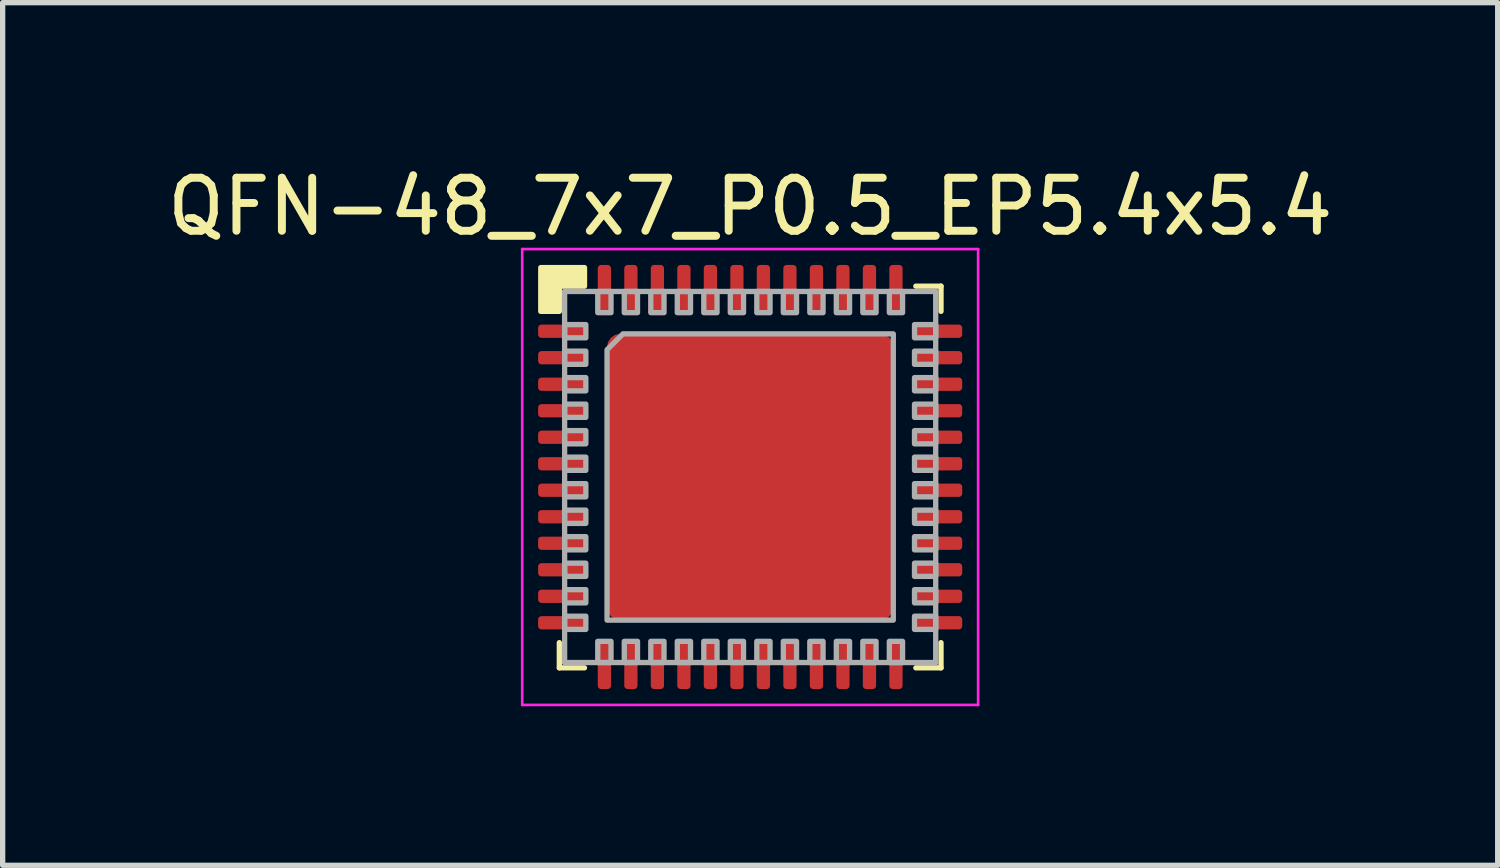
<source format=kicad_pcb>
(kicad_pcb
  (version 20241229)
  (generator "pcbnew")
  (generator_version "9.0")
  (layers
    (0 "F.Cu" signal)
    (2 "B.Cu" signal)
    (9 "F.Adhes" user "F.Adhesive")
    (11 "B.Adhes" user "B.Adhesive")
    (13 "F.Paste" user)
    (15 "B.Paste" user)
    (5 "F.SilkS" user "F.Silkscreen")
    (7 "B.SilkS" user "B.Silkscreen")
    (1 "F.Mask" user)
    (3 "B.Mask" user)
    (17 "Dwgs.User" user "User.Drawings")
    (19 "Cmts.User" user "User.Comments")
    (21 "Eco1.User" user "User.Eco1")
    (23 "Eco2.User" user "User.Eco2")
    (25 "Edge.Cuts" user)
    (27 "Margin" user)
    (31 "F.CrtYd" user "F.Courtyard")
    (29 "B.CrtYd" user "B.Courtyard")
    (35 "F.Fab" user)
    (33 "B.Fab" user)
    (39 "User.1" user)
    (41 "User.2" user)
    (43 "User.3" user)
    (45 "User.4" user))
  (footprint "QFN-48_7x7_P0.5_EP5.4x5.4"
    (layer "F.Cu")
    (at 11.101 5.948)
    (property "Reference" "QFN-48_7x7_P0.5_EP5.4x5.4" (at 0 -5.1 0) (layer "F.SilkS") (effects (font (size 1 1) (thickness 0.15))))
    (attr smd)
    (fp_line (start -3.6 3.6) (end -3.6 3.125) (stroke (width 0.1) (type solid)) (layer "F.SilkS"))
    (fp_line (start -3.125 3.6) (end -3.6 3.6) (stroke (width 0.1) (type solid)) (layer "F.SilkS"))
    (fp_line (start 3.125 -3.6) (end 3.6 -3.6) (stroke (width 0.1) (type solid)) (layer "F.SilkS"))
    (fp_line (start 3.6 -3.6) (end 3.6 -3.125) (stroke (width 0.1) (type solid)) (layer "F.SilkS"))
    (fp_line (start 3.6 3.125) (end 3.6 3.6) (stroke (width 0.1) (type solid)) (layer "F.SilkS"))
    (fp_line (start 3.6 3.6) (end 3.125 3.6) (stroke (width 0.1) (type solid)) (layer "F.SilkS"))
    (fp_poly (pts (xy -3.125 -3.6) (xy -3.6 -3.6) (xy -3.6 -3.125) (xy -3.95 -3.125) (xy -3.95 -3.95) (xy -3.125 -3.95)) (stroke (width 0.1) (type solid)) (fill yes) (layer "F.SilkS"))
    (fp_line (start -4.3 -4.3) (end -4.3 4.3) (stroke (width 0.05) (type solid)) (layer "F.CrtYd"))
    (fp_line (start -4.3 4.3) (end 4.3 4.3) (stroke (width 0.05) (type solid)) (layer "F.CrtYd"))
    (fp_line (start 4.3 -4.3) (end -4.3 -4.3) (stroke (width 0.05) (type solid)) (layer "F.CrtYd"))
    (fp_line (start 4.3 4.3) (end 4.3 -4.3) (stroke (width 0.05) (type solid)) (layer "F.CrtYd"))
    (fp_line (start -3.5 -3.5) (end 3.5 -3.5) (stroke (width 0.1) (type solid)) (layer "F.Fab"))
    (fp_line (start -3.5 3.5) (end -3.5 -3.5) (stroke (width 0.1) (type solid)) (layer "F.Fab"))
    (fp_line (start 3.5 -3.5) (end 3.5 3.5) (stroke (width 0.1) (type solid)) (layer "F.Fab"))
    (fp_line (start 3.5 3.5) (end -3.5 3.5) (stroke (width 0.1) (type solid)) (layer "F.Fab"))
    (fp_poly (pts (xy -3.1 -2.625) (xy -3.5 -2.625) (xy -3.5 -2.875) (xy -3.1 -2.875)) (stroke (width 0.1) (type solid)) (fill no) (layer "F.Fab"))
    (fp_poly (pts (xy -3.1 -2.125) (xy -3.5 -2.125) (xy -3.5 -2.375) (xy -3.1 -2.375)) (stroke (width 0.1) (type solid)) (fill no) (layer "F.Fab"))
    (fp_poly (pts (xy -3.1 -1.625) (xy -3.5 -1.625) (xy -3.5 -1.875) (xy -3.1 -1.875)) (stroke (width 0.1) (type solid)) (fill no) (layer "F.Fab"))
    (fp_poly (pts (xy -3.1 -1.125) (xy -3.5 -1.125) (xy -3.5 -1.375) (xy -3.1 -1.375)) (stroke (width 0.1) (type solid)) (fill no) (layer "F.Fab"))
    (fp_poly (pts (xy -3.1 -0.625) (xy -3.5 -0.625) (xy -3.5 -0.875) (xy -3.1 -0.875)) (stroke (width 0.1) (type solid)) (fill no) (layer "F.Fab"))
    (fp_poly (pts (xy -3.1 -0.125) (xy -3.5 -0.125) (xy -3.5 -0.375) (xy -3.1 -0.375)) (stroke (width 0.1) (type solid)) (fill no) (layer "F.Fab"))
    (fp_poly (pts (xy -3.1 0.375) (xy -3.5 0.375) (xy -3.5 0.125) (xy -3.1 0.125)) (stroke (width 0.1) (type solid)) (fill no) (layer "F.Fab"))
    (fp_poly (pts (xy -3.1 0.875) (xy -3.5 0.875) (xy -3.5 0.625) (xy -3.1 0.625)) (stroke (width 0.1) (type solid)) (fill no) (layer "F.Fab"))
    (fp_poly (pts (xy -3.1 1.375) (xy -3.5 1.375) (xy -3.5 1.125) (xy -3.1 1.125)) (stroke (width 0.1) (type solid)) (fill no) (layer "F.Fab"))
    (fp_poly (pts (xy -3.1 1.875) (xy -3.5 1.875) (xy -3.5 1.625) (xy -3.1 1.625)) (stroke (width 0.1) (type solid)) (fill no) (layer "F.Fab"))
    (fp_poly (pts (xy -3.1 2.375) (xy -3.5 2.375) (xy -3.5 2.125) (xy -3.1 2.125)) (stroke (width 0.1) (type solid)) (fill no) (layer "F.Fab"))
    (fp_poly (pts (xy -3.1 2.875) (xy -3.5 2.875) (xy -3.5 2.625) (xy -3.1 2.625)) (stroke (width 0.1) (type solid)) (fill no) (layer "F.Fab"))
    (fp_poly (pts (xy -2.875 -3.1) (xy -2.875 -3.5) (xy -2.625 -3.5) (xy -2.625 -3.1)) (stroke (width 0.1) (type solid)) (fill no) (layer "F.Fab"))
    (fp_poly (pts (xy -2.625 3.1) (xy -2.625 3.5) (xy -2.875 3.5) (xy -2.875 3.1)) (stroke (width 0.1) (type solid)) (fill no) (layer "F.Fab"))
    (fp_poly (pts (xy -2.375 -3.1) (xy -2.375 -3.5) (xy -2.125 -3.5) (xy -2.125 -3.1)) (stroke (width 0.1) (type solid)) (fill no) (layer "F.Fab"))
    (fp_poly (pts (xy -2.125 3.1) (xy -2.125 3.5) (xy -2.375 3.5) (xy -2.375 3.1)) (stroke (width 0.1) (type solid)) (fill no) (layer "F.Fab"))
    (fp_poly (pts (xy -1.875 -3.1) (xy -1.875 -3.5) (xy -1.625 -3.5) (xy -1.625 -3.1)) (stroke (width 0.1) (type solid)) (fill no) (layer "F.Fab"))
    (fp_poly (pts (xy -1.625 3.1) (xy -1.625 3.5) (xy -1.875 3.5) (xy -1.875 3.1)) (stroke (width 0.1) (type solid)) (fill no) (layer "F.Fab"))
    (fp_poly (pts (xy -1.375 -3.1) (xy -1.375 -3.5) (xy -1.125 -3.5) (xy -1.125 -3.1)) (stroke (width 0.1) (type solid)) (fill no) (layer "F.Fab"))
    (fp_poly (pts (xy -1.125 3.1) (xy -1.125 3.5) (xy -1.375 3.5) (xy -1.375 3.1)) (stroke (width 0.1) (type solid)) (fill no) (layer "F.Fab"))
    (fp_poly (pts (xy -0.875 -3.1) (xy -0.875 -3.5) (xy -0.625 -3.5) (xy -0.625 -3.1)) (stroke (width 0.1) (type solid)) (fill no) (layer "F.Fab"))
    (fp_poly (pts (xy -0.625 3.1) (xy -0.625 3.5) (xy -0.875 3.5) (xy -0.875 3.1)) (stroke (width 0.1) (type solid)) (fill no) (layer "F.Fab"))
    (fp_poly (pts (xy -0.375 -3.1) (xy -0.375 -3.5) (xy -0.125 -3.5) (xy -0.125 -3.1)) (stroke (width 0.1) (type solid)) (fill no) (layer "F.Fab"))
    (fp_poly (pts (xy -0.125 3.1) (xy -0.125 3.5) (xy -0.375 3.5) (xy -0.375 3.1)) (stroke (width 0.1) (type solid)) (fill no) (layer "F.Fab"))
    (fp_poly (pts (xy 0.125 -3.1) (xy 0.125 -3.5) (xy 0.375 -3.5) (xy 0.375 -3.1)) (stroke (width 0.1) (type solid)) (fill no) (layer "F.Fab"))
    (fp_poly (pts (xy 0.375 3.1) (xy 0.375 3.5) (xy 0.125 3.5) (xy 0.125 3.1)) (stroke (width 0.1) (type solid)) (fill no) (layer "F.Fab"))
    (fp_poly (pts (xy 0.625 -3.1) (xy 0.625 -3.5) (xy 0.875 -3.5) (xy 0.875 -3.1)) (stroke (width 0.1) (type solid)) (fill no) (layer "F.Fab"))
    (fp_poly (pts (xy 0.875 3.1) (xy 0.875 3.5) (xy 0.625 3.5) (xy 0.625 3.1)) (stroke (width 0.1) (type solid)) (fill no) (layer "F.Fab"))
    (fp_poly (pts (xy 1.125 -3.1) (xy 1.125 -3.5) (xy 1.375 -3.5) (xy 1.375 -3.1)) (stroke (width 0.1) (type solid)) (fill no) (layer "F.Fab"))
    (fp_poly (pts (xy 1.375 3.1) (xy 1.375 3.5) (xy 1.125 3.5) (xy 1.125 3.1)) (stroke (width 0.1) (type solid)) (fill no) (layer "F.Fab"))
    (fp_poly (pts (xy 1.625 -3.1) (xy 1.625 -3.5) (xy 1.875 -3.5) (xy 1.875 -3.1)) (stroke (width 0.1) (type solid)) (fill no) (layer "F.Fab"))
    (fp_poly (pts (xy 1.875 3.1) (xy 1.875 3.5) (xy 1.625 3.5) (xy 1.625 3.1)) (stroke (width 0.1) (type solid)) (fill no) (layer "F.Fab"))
    (fp_poly (pts (xy 2.125 -3.1) (xy 2.125 -3.5) (xy 2.375 -3.5) (xy 2.375 -3.1)) (stroke (width 0.1) (type solid)) (fill no) (layer "F.Fab"))
    (fp_poly (pts (xy 2.375 3.1) (xy 2.375 3.5) (xy 2.125 3.5) (xy 2.125 3.1)) (stroke (width 0.1) (type solid)) (fill no) (layer "F.Fab"))
    (fp_poly (pts (xy 2.625 -3.1) (xy 2.625 -3.5) (xy 2.875 -3.5) (xy 2.875 -3.1)) (stroke (width 0.1) (type solid)) (fill no) (layer "F.Fab"))
    (fp_poly (pts (xy 2.875 3.1) (xy 2.875 3.5) (xy 2.625 3.5) (xy 2.625 3.1)) (stroke (width 0.1) (type solid)) (fill no) (layer "F.Fab"))
    (fp_poly (pts (xy 3.1 -2.875) (xy 3.5 -2.875) (xy 3.5 -2.625) (xy 3.1 -2.625)) (stroke (width 0.1) (type solid)) (fill no) (layer "F.Fab"))
    (fp_poly (pts (xy 3.1 -2.375) (xy 3.5 -2.375) (xy 3.5 -2.125) (xy 3.1 -2.125)) (stroke (width 0.1) (type solid)) (fill no) (layer "F.Fab"))
    (fp_poly (pts (xy 3.1 -1.875) (xy 3.5 -1.875) (xy 3.5 -1.625) (xy 3.1 -1.625)) (stroke (width 0.1) (type solid)) (fill no) (layer "F.Fab"))
    (fp_poly (pts (xy 3.1 -1.375) (xy 3.5 -1.375) (xy 3.5 -1.125) (xy 3.1 -1.125)) (stroke (width 0.1) (type solid)) (fill no) (layer "F.Fab"))
    (fp_poly (pts (xy 3.1 -0.875) (xy 3.5 -0.875) (xy 3.5 -0.625) (xy 3.1 -0.625)) (stroke (width 0.1) (type solid)) (fill no) (layer "F.Fab"))
    (fp_poly (pts (xy 3.1 -0.375) (xy 3.5 -0.375) (xy 3.5 -0.125) (xy 3.1 -0.125)) (stroke (width 0.1) (type solid)) (fill no) (layer "F.Fab"))
    (fp_poly (pts (xy 3.1 0.125) (xy 3.5 0.125) (xy 3.5 0.375) (xy 3.1 0.375)) (stroke (width 0.1) (type solid)) (fill no) (layer "F.Fab"))
    (fp_poly (pts (xy 3.1 0.625) (xy 3.5 0.625) (xy 3.5 0.875) (xy 3.1 0.875)) (stroke (width 0.1) (type solid)) (fill no) (layer "F.Fab"))
    (fp_poly (pts (xy 3.1 1.125) (xy 3.5 1.125) (xy 3.5 1.375) (xy 3.1 1.375)) (stroke (width 0.1) (type solid)) (fill no) (layer "F.Fab"))
    (fp_poly (pts (xy 3.1 1.625) (xy 3.5 1.625) (xy 3.5 1.875) (xy 3.1 1.875)) (stroke (width 0.1) (type solid)) (fill no) (layer "F.Fab"))
    (fp_poly (pts (xy 3.1 2.125) (xy 3.5 2.125) (xy 3.5 2.375) (xy 3.1 2.375)) (stroke (width 0.1) (type solid)) (fill no) (layer "F.Fab"))
    (fp_poly (pts (xy 3.1 2.625) (xy 3.5 2.625) (xy 3.5 2.875) (xy 3.1 2.875)) (stroke (width 0.1) (type solid)) (fill no) (layer "F.Fab"))
    (fp_poly (pts (xy 2.7 2.7) (xy -2.7 2.7) (xy -2.7 -2.4) (xy -2.4 -2.7) (xy 2.7 -2.7)) (stroke (width 0.1) (type solid)) (fill no) (layer "F.Fab"))
    (pad "" smd roundrect (at -1.35 -1.35) (size 1.91 1.91) (layers "F.Paste") (roundrect_rratio 0.052))
    (pad "" smd roundrect (at -1.35 1.35) (size 1.91 1.91) (layers "F.Paste") (roundrect_rratio 0.052))
    (pad "" smd roundrect (at 1.35 -1.35) (size 1.91 1.91) (layers "F.Paste") (roundrect_rratio 0.052))
    (pad "" smd roundrect (at 1.35 1.35) (size 1.91 1.91) (layers "F.Paste") (roundrect_rratio 0.052))
    (pad "1" smd roundrect (at -3.55 -2.75) (size 0.9 0.25) (layers "F.Cu" "F.Mask" "F.Paste") (roundrect_rratio 0.25))
    (pad "2" smd roundrect (at -3.55 -2.25) (size 0.9 0.25) (layers "F.Cu" "F.Mask" "F.Paste") (roundrect_rratio 0.25))
    (pad "3" smd roundrect (at -3.55 -1.75) (size 0.9 0.25) (layers "F.Cu" "F.Mask" "F.Paste") (roundrect_rratio 0.25))
    (pad "4" smd roundrect (at -3.55 -1.25) (size 0.9 0.25) (layers "F.Cu" "F.Mask" "F.Paste") (roundrect_rratio 0.25))
    (pad "5" smd roundrect (at -3.55 -0.75) (size 0.9 0.25) (layers "F.Cu" "F.Mask" "F.Paste") (roundrect_rratio 0.25))
    (pad "6" smd roundrect (at -3.55 -0.25) (size 0.9 0.25) (layers "F.Cu" "F.Mask" "F.Paste") (roundrect_rratio 0.25))
    (pad "7" smd roundrect (at -3.55 0.25) (size 0.9 0.25) (layers "F.Cu" "F.Mask" "F.Paste") (roundrect_rratio 0.25))
    (pad "8" smd roundrect (at -3.55 0.75) (size 0.9 0.25) (layers "F.Cu" "F.Mask" "F.Paste") (roundrect_rratio 0.25))
    (pad "9" smd roundrect (at -3.55 1.25) (size 0.9 0.25) (layers "F.Cu" "F.Mask" "F.Paste") (roundrect_rratio 0.25))
    (pad "10" smd roundrect (at -3.55 1.75) (size 0.9 0.25) (layers "F.Cu" "F.Mask" "F.Paste") (roundrect_rratio 0.25))
    (pad "11" smd roundrect (at -3.55 2.25) (size 0.9 0.25) (layers "F.Cu" "F.Mask" "F.Paste") (roundrect_rratio 0.25))
    (pad "12" smd roundrect (at -3.55 2.75) (size 0.9 0.25) (layers "F.Cu" "F.Mask" "F.Paste") (roundrect_rratio 0.25))
    (pad "13" smd roundrect (at -2.75 3.55 90) (size 0.9 0.25) (layers "F.Cu" "F.Mask" "F.Paste") (roundrect_rratio 0.25))
    (pad "14" smd roundrect (at -2.25 3.55 90) (size 0.9 0.25) (layers "F.Cu" "F.Mask" "F.Paste") (roundrect_rratio 0.25))
    (pad "15" smd roundrect (at -1.75 3.55 90) (size 0.9 0.25) (layers "F.Cu" "F.Mask" "F.Paste") (roundrect_rratio 0.25))
    (pad "16" smd roundrect (at -1.25 3.55 90) (size 0.9 0.25) (layers "F.Cu" "F.Mask" "F.Paste") (roundrect_rratio 0.25))
    (pad "17" smd roundrect (at -0.75 3.55 90) (size 0.9 0.25) (layers "F.Cu" "F.Mask" "F.Paste") (roundrect_rratio 0.25))
    (pad "18" smd roundrect (at -0.25 3.55 90) (size 0.9 0.25) (layers "F.Cu" "F.Mask" "F.Paste") (roundrect_rratio 0.25))
    (pad "19" smd roundrect (at 0.25 3.55 90) (size 0.9 0.25) (layers "F.Cu" "F.Mask" "F.Paste") (roundrect_rratio 0.25))
    (pad "20" smd roundrect (at 0.75 3.55 90) (size 0.9 0.25) (layers "F.Cu" "F.Mask" "F.Paste") (roundrect_rratio 0.25))
    (pad "21" smd roundrect (at 1.25 3.55 90) (size 0.9 0.25) (layers "F.Cu" "F.Mask" "F.Paste") (roundrect_rratio 0.25))
    (pad "22" smd roundrect (at 1.75 3.55 90) (size 0.9 0.25) (layers "F.Cu" "F.Mask" "F.Paste") (roundrect_rratio 0.25))
    (pad "23" smd roundrect (at 2.25 3.55 90) (size 0.9 0.25) (layers "F.Cu" "F.Mask" "F.Paste") (roundrect_rratio 0.25))
    (pad "24" smd roundrect (at 2.75 3.55 90) (size 0.9 0.25) (layers "F.Cu" "F.Mask" "F.Paste") (roundrect_rratio 0.25))
    (pad "25" smd roundrect (at 3.55 2.75) (size 0.9 0.25) (layers "F.Cu" "F.Mask" "F.Paste") (roundrect_rratio 0.25))
    (pad "26" smd roundrect (at 3.55 2.25) (size 0.9 0.25) (layers "F.Cu" "F.Mask" "F.Paste") (roundrect_rratio 0.25))
    (pad "27" smd roundrect (at 3.55 1.75) (size 0.9 0.25) (layers "F.Cu" "F.Mask" "F.Paste") (roundrect_rratio 0.25))
    (pad "28" smd roundrect (at 3.55 1.25) (size 0.9 0.25) (layers "F.Cu" "F.Mask" "F.Paste") (roundrect_rratio 0.25))
    (pad "29" smd roundrect (at 3.55 0.75) (size 0.9 0.25) (layers "F.Cu" "F.Mask" "F.Paste") (roundrect_rratio 0.25))
    (pad "30" smd roundrect (at 3.55 0.25) (size 0.9 0.25) (layers "F.Cu" "F.Mask" "F.Paste") (roundrect_rratio 0.25))
    (pad "31" smd roundrect (at 3.55 -0.25) (size 0.9 0.25) (layers "F.Cu" "F.Mask" "F.Paste") (roundrect_rratio 0.25))
    (pad "32" smd roundrect (at 3.55 -0.75) (size 0.9 0.25) (layers "F.Cu" "F.Mask" "F.Paste") (roundrect_rratio 0.25))
    (pad "33" smd roundrect (at 3.55 -1.25) (size 0.9 0.25) (layers "F.Cu" "F.Mask" "F.Paste") (roundrect_rratio 0.25))
    (pad "34" smd roundrect (at 3.55 -1.75) (size 0.9 0.25) (layers "F.Cu" "F.Mask" "F.Paste") (roundrect_rratio 0.25))
    (pad "35" smd roundrect (at 3.55 -2.25) (size 0.9 0.25) (layers "F.Cu" "F.Mask" "F.Paste") (roundrect_rratio 0.25))
    (pad "36" smd roundrect (at 3.55 -2.75) (size 0.9 0.25) (layers "F.Cu" "F.Mask" "F.Paste") (roundrect_rratio 0.25))
    (pad "37" smd roundrect (at 2.75 -3.55 90) (size 0.9 0.25) (layers "F.Cu" "F.Mask" "F.Paste") (roundrect_rratio 0.25))
    (pad "38" smd roundrect (at 2.25 -3.55 90) (size 0.9 0.25) (layers "F.Cu" "F.Mask" "F.Paste") (roundrect_rratio 0.25))
    (pad "39" smd roundrect (at 1.75 -3.55 90) (size 0.9 0.25) (layers "F.Cu" "F.Mask" "F.Paste") (roundrect_rratio 0.25))
    (pad "40" smd roundrect (at 1.25 -3.55 90) (size 0.9 0.25) (layers "F.Cu" "F.Mask" "F.Paste") (roundrect_rratio 0.25))
    (pad "41" smd roundrect (at 0.75 -3.55 90) (size 0.9 0.25) (layers "F.Cu" "F.Mask" "F.Paste") (roundrect_rratio 0.25))
    (pad "42" smd roundrect (at 0.25 -3.55 90) (size 0.9 0.25) (layers "F.Cu" "F.Mask" "F.Paste") (roundrect_rratio 0.25))
    (pad "43" smd roundrect (at -0.25 -3.55 90) (size 0.9 0.25) (layers "F.Cu" "F.Mask" "F.Paste") (roundrect_rratio 0.25))
    (pad "44" smd roundrect (at -0.75 -3.55 90) (size 0.9 0.25) (layers "F.Cu" "F.Mask" "F.Paste") (roundrect_rratio 0.25))
    (pad "45" smd roundrect (at -1.25 -3.55 90) (size 0.9 0.25) (layers "F.Cu" "F.Mask" "F.Paste") (roundrect_rratio 0.25))
    (pad "46" smd roundrect (at -1.75 -3.55 90) (size 0.9 0.25) (layers "F.Cu" "F.Mask" "F.Paste") (roundrect_rratio 0.25))
    (pad "47" smd roundrect (at -2.25 -3.55 90) (size 0.9 0.25) (layers "F.Cu" "F.Mask" "F.Paste") (roundrect_rratio 0.25))
    (pad "48" smd roundrect (at -2.75 -3.55 90) (size 0.9 0.25) (layers "F.Cu" "F.Mask" "F.Paste") (roundrect_rratio 0.25))
    (pad "49" smd roundrect (at 0 0) (size 5.4 5.4) (layers "F.Cu" "F.Mask") (roundrect_rratio 0.046)))
  (gr_rect
    (start -3 -3)
    (end 25.202 13.273)
    (stroke (width 0.1) (type default))
    (fill no)
    (layer "Edge.Cuts")))
</source>
